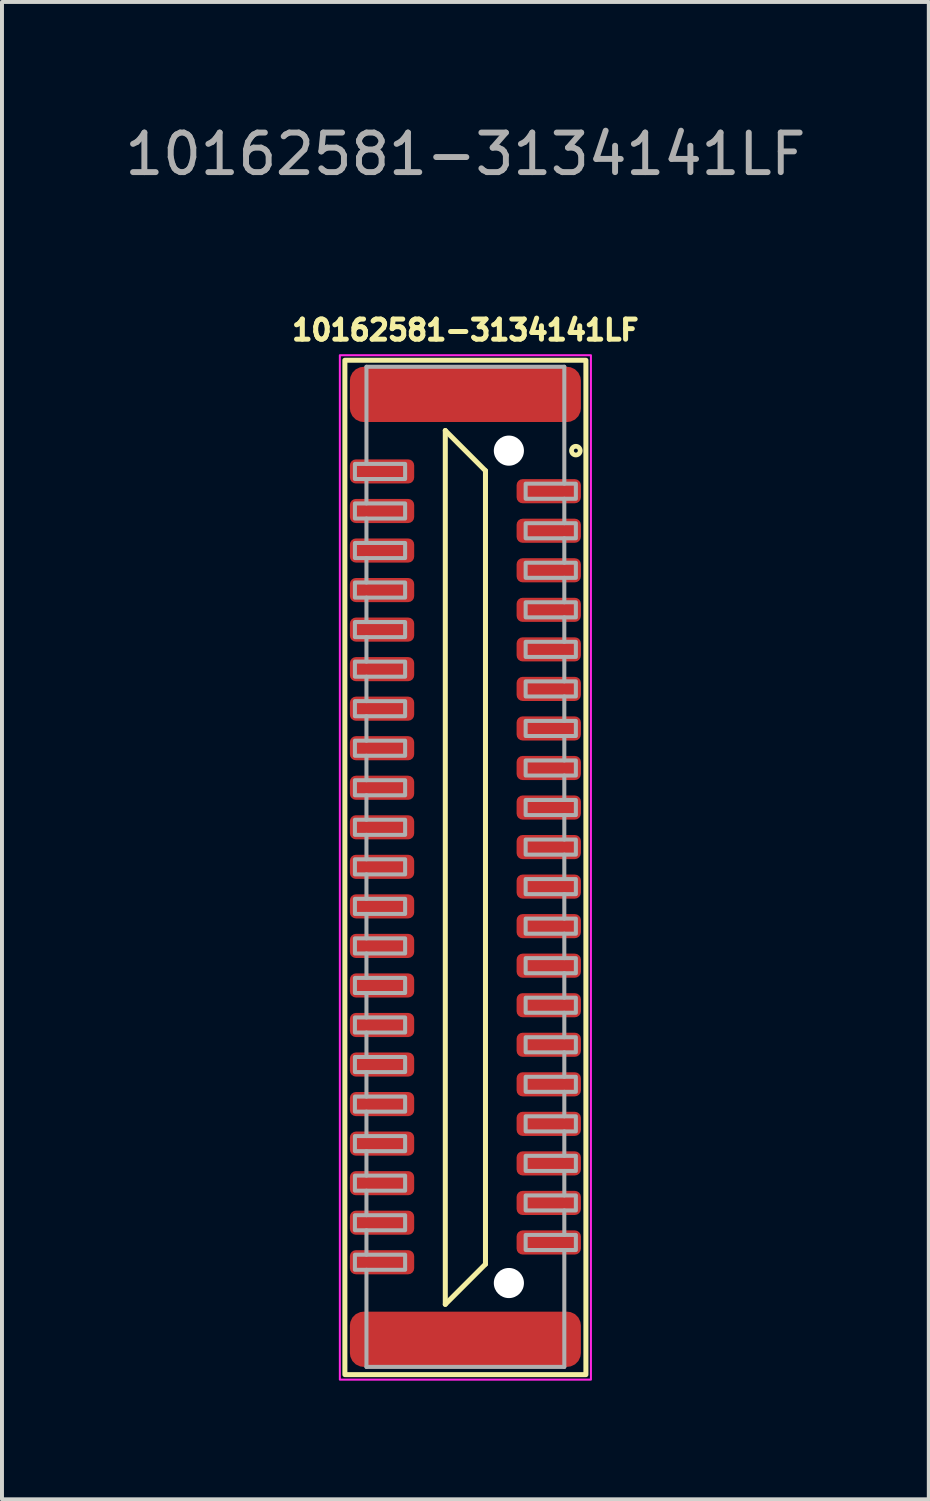
<source format=kicad_pcb>
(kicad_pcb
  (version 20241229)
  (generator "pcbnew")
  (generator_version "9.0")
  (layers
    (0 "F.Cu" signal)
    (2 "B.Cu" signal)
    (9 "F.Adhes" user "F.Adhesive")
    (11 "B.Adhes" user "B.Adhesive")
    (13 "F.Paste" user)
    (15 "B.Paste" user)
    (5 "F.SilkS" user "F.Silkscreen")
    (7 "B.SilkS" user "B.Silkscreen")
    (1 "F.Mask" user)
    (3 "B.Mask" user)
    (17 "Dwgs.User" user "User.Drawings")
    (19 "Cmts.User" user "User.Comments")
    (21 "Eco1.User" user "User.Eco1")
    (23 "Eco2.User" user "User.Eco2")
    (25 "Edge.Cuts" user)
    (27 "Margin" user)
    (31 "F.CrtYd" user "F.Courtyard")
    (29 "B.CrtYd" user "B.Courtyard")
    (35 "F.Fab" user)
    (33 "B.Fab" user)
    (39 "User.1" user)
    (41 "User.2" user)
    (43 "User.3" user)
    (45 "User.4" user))
  (footprint "10162581-3134141LF"
    (layer "F.Cu")
    (at 8.72 25.873)
    (property "Reference" "10162581-3134141LF" (at 0 -20.574 0) (layer "F.SilkS") (effects (font (size 0.508 0.508) (thickness 0.127))))
    (attr smd)
    (fp_line (start -0.508 -18.034) (end -0.508 4.064) (stroke (width 0.127) (type default)) (layer "F.SilkS"))
    (fp_line (start -0.508 4.064) (end 0.508 3.048) (stroke (width 0.127) (type default)) (layer "F.SilkS"))
    (fp_line (start 0.508 -17.018) (end -0.508 -18.034) (stroke (width 0.127) (type default)) (layer "F.SilkS"))
    (fp_line (start 0.508 3.048) (end 0.508 -17.018) (stroke (width 0.127) (type default)) (layer "F.SilkS"))
    (fp_rect (start 3.048 -19.812) (end -3.048 5.842) (stroke (width 0.127) (type default)) (fill no) (layer "F.SilkS"))
    (fp_circle (center 2.794 -17.526) (end 2.744 -17.526) (stroke (width 0.12) (type solid)) (fill no) (layer "F.SilkS"))
    (fp_rect (start 3.175 -19.939) (end -3.175 5.969) (stroke (width 0.051) (type default)) (fill no) (layer "F.CrtYd"))
    (fp_line (start -2.502 -19.647) (end -2.502 -17.191) (stroke (width 0.102) (type default)) (layer "F.Fab"))
    (fp_line (start -2.502 -19.647) (end 2.502 -19.647) (stroke (width 0.102) (type default)) (layer "F.Fab"))
    (fp_line (start -2.502 -16.809) (end -2.502 -16.191) (stroke (width 0.102) (type default)) (layer "F.Fab"))
    (fp_line (start -2.502 -15.809) (end -2.502 -15.191) (stroke (width 0.102) (type default)) (layer "F.Fab"))
    (fp_line (start -2.502 -14.809) (end -2.502 -14.191) (stroke (width 0.102) (type default)) (layer "F.Fab"))
    (fp_line (start -2.502 -13.809) (end -2.502 -13.191) (stroke (width 0.102) (type default)) (layer "F.Fab"))
    (fp_line (start -2.502 -12.809) (end -2.502 -12.191) (stroke (width 0.102) (type default)) (layer "F.Fab"))
    (fp_line (start -2.502 -11.809) (end -2.502 -11.191) (stroke (width 0.102) (type default)) (layer "F.Fab"))
    (fp_line (start -2.502 -10.809) (end -2.502 -10.191) (stroke (width 0.102) (type default)) (layer "F.Fab"))
    (fp_line (start -2.502 -9.809) (end -2.502 -9.191) (stroke (width 0.102) (type default)) (layer "F.Fab"))
    (fp_line (start -2.502 -8.809) (end -2.502 -8.191) (stroke (width 0.102) (type default)) (layer "F.Fab"))
    (fp_line (start -2.502 -7.809) (end -2.502 -7.191) (stroke (width 0.102) (type default)) (layer "F.Fab"))
    (fp_line (start -2.502 -6.809) (end -2.502 -6.191) (stroke (width 0.102) (type default)) (layer "F.Fab"))
    (fp_line (start -2.502 -5.809) (end -2.502 -5.191) (stroke (width 0.102) (type default)) (layer "F.Fab"))
    (fp_line (start -2.502 -4.809) (end -2.502 -4.191) (stroke (width 0.102) (type default)) (layer "F.Fab"))
    (fp_line (start -2.502 -3.809) (end -2.502 -3.191) (stroke (width 0.102) (type default)) (layer "F.Fab"))
    (fp_line (start -2.502 -2.809) (end -2.502 -2.191) (stroke (width 0.102) (type default)) (layer "F.Fab"))
    (fp_line (start -2.502 -1.81) (end -2.502 -1.19) (stroke (width 0.102) (type default)) (layer "F.Fab"))
    (fp_line (start -2.502 -0.809) (end -2.502 -0.191) (stroke (width 0.102) (type default)) (layer "F.Fab"))
    (fp_line (start -2.502 0.191) (end -2.502 0.809) (stroke (width 0.102) (type default)) (layer "F.Fab"))
    (fp_line (start -2.502 1.19) (end -2.502 1.81) (stroke (width 0.102) (type default)) (layer "F.Fab"))
    (fp_line (start -2.502 2.191) (end -2.502 2.809) (stroke (width 0.102) (type default)) (layer "F.Fab"))
    (fp_line (start -2.502 3.191) (end -2.502 5.647) (stroke (width 0.102) (type default)) (layer "F.Fab"))
    (fp_line (start -2.502 5.647) (end 2.502 5.647) (stroke (width 0.102) (type default)) (layer "F.Fab"))
    (fp_line (start 2.502 -19.647) (end 2.502 -16.691) (stroke (width 0.102) (type default)) (layer "F.Fab"))
    (fp_line (start 2.502 -16.309) (end 2.502 -15.691) (stroke (width 0.102) (type default)) (layer "F.Fab"))
    (fp_line (start 2.502 -15.309) (end 2.502 -14.691) (stroke (width 0.102) (type default)) (layer "F.Fab"))
    (fp_line (start 2.502 -14.309) (end 2.502 -13.691) (stroke (width 0.102) (type default)) (layer "F.Fab"))
    (fp_line (start 2.502 -13.309) (end 2.502 -12.691) (stroke (width 0.102) (type default)) (layer "F.Fab"))
    (fp_line (start 2.502 -12.309) (end 2.502 -11.691) (stroke (width 0.102) (type default)) (layer "F.Fab"))
    (fp_line (start 2.502 -11.309) (end 2.502 -10.691) (stroke (width 0.102) (type default)) (layer "F.Fab"))
    (fp_line (start 2.502 -10.309) (end 2.502 -9.691) (stroke (width 0.102) (type default)) (layer "F.Fab"))
    (fp_line (start 2.502 -9.309) (end 2.502 -8.691) (stroke (width 0.102) (type default)) (layer "F.Fab"))
    (fp_line (start 2.502 -8.309) (end 2.502 -7.691) (stroke (width 0.102) (type default)) (layer "F.Fab"))
    (fp_line (start 2.502 -7.309) (end 2.502 -6.691) (stroke (width 0.102) (type default)) (layer "F.Fab"))
    (fp_line (start 2.502 -6.309) (end 2.502 -5.691) (stroke (width 0.102) (type default)) (layer "F.Fab"))
    (fp_line (start 2.502 -5.309) (end 2.502 -4.691) (stroke (width 0.102) (type default)) (layer "F.Fab"))
    (fp_line (start 2.502 -4.309) (end 2.502 -3.691) (stroke (width 0.102) (type default)) (layer "F.Fab"))
    (fp_line (start 2.502 -3.309) (end 2.502 -2.691) (stroke (width 0.102) (type default)) (layer "F.Fab"))
    (fp_line (start 2.502 -2.309) (end 2.502 -1.69) (stroke (width 0.102) (type default)) (layer "F.Fab"))
    (fp_line (start 2.502 -1.31) (end 2.502 -0.691) (stroke (width 0.102) (type default)) (layer "F.Fab"))
    (fp_line (start 2.502 -0.309) (end 2.502 0.309) (stroke (width 0.102) (type default)) (layer "F.Fab"))
    (fp_line (start 2.502 0.691) (end 2.502 1.31) (stroke (width 0.102) (type default)) (layer "F.Fab"))
    (fp_line (start 2.502 1.69) (end 2.502 2.309) (stroke (width 0.102) (type default)) (layer "F.Fab"))
    (fp_line (start 2.502 2.691) (end 2.502 5.647) (stroke (width 0.102) (type default)) (layer "F.Fab"))
    (fp_rect (start -1.524 -17.191) (end -2.794 -16.809) (stroke (width 0.102) (type default)) (fill no) (layer "F.Fab"))
    (fp_rect (start -1.524 -16.191) (end -2.794 -15.809) (stroke (width 0.102) (type default)) (fill no) (layer "F.Fab"))
    (fp_rect (start -1.524 -15.191) (end -2.794 -14.809) (stroke (width 0.102) (type default)) (fill no) (layer "F.Fab"))
    (fp_rect (start -1.524 -14.191) (end -2.794 -13.809) (stroke (width 0.102) (type default)) (fill no) (layer "F.Fab"))
    (fp_rect (start -1.524 -13.191) (end -2.794 -12.809) (stroke (width 0.102) (type default)) (fill no) (layer "F.Fab"))
    (fp_rect (start -1.524 -12.191) (end -2.794 -11.809) (stroke (width 0.102) (type default)) (fill no) (layer "F.Fab"))
    (fp_rect (start -1.524 -11.191) (end -2.794 -10.809) (stroke (width 0.102) (type default)) (fill no) (layer "F.Fab"))
    (fp_rect (start -1.524 -10.191) (end -2.794 -9.809) (stroke (width 0.102) (type default)) (fill no) (layer "F.Fab"))
    (fp_rect (start -1.524 -9.191) (end -2.794 -8.809) (stroke (width 0.102) (type default)) (fill no) (layer "F.Fab"))
    (fp_rect (start -1.524 -8.191) (end -2.794 -7.809) (stroke (width 0.102) (type default)) (fill no) (layer "F.Fab"))
    (fp_rect (start -1.524 -7.191) (end -2.794 -6.809) (stroke (width 0.102) (type default)) (fill no) (layer "F.Fab"))
    (fp_rect (start -1.524 -6.191) (end -2.794 -5.809) (stroke (width 0.102) (type default)) (fill no) (layer "F.Fab"))
    (fp_rect (start -1.524 -5.191) (end -2.794 -4.809) (stroke (width 0.102) (type default)) (fill no) (layer "F.Fab"))
    (fp_rect (start -1.524 -4.191) (end -2.794 -3.809) (stroke (width 0.102) (type default)) (fill no) (layer "F.Fab"))
    (fp_rect (start -1.524 -3.191) (end -2.794 -2.809) (stroke (width 0.102) (type default)) (fill no) (layer "F.Fab"))
    (fp_rect (start -1.524 -2.191) (end -2.794 -1.81) (stroke (width 0.102) (type default)) (fill no) (layer "F.Fab"))
    (fp_rect (start -1.524 -1.19) (end -2.794 -0.809) (stroke (width 0.102) (type default)) (fill no) (layer "F.Fab"))
    (fp_rect (start -1.524 -0.191) (end -2.794 0.191) (stroke (width 0.102) (type default)) (fill no) (layer "F.Fab"))
    (fp_rect (start -1.524 0.809) (end -2.794 1.19) (stroke (width 0.102) (type default)) (fill no) (layer "F.Fab"))
    (fp_rect (start -1.524 1.81) (end -2.794 2.191) (stroke (width 0.102) (type default)) (fill no) (layer "F.Fab"))
    (fp_rect (start -1.524 2.809) (end -2.794 3.191) (stroke (width 0.102) (type default)) (fill no) (layer "F.Fab"))
    (fp_rect (start 2.794 -16.691) (end 1.524 -16.309) (stroke (width 0.102) (type default)) (fill no) (layer "F.Fab"))
    (fp_rect (start 2.794 -15.691) (end 1.524 -15.309) (stroke (width 0.102) (type default)) (fill no) (layer "F.Fab"))
    (fp_rect (start 2.794 -14.691) (end 1.524 -14.309) (stroke (width 0.102) (type default)) (fill no) (layer "F.Fab"))
    (fp_rect (start 2.794 -13.691) (end 1.524 -13.309) (stroke (width 0.102) (type default)) (fill no) (layer "F.Fab"))
    (fp_rect (start 2.794 -12.691) (end 1.524 -12.309) (stroke (width 0.102) (type default)) (fill no) (layer "F.Fab"))
    (fp_rect (start 2.794 -11.691) (end 1.524 -11.309) (stroke (width 0.102) (type default)) (fill no) (layer "F.Fab"))
    (fp_rect (start 2.794 -10.691) (end 1.524 -10.309) (stroke (width 0.102) (type default)) (fill no) (layer "F.Fab"))
    (fp_rect (start 2.794 -9.691) (end 1.524 -9.309) (stroke (width 0.102) (type default)) (fill no) (layer "F.Fab"))
    (fp_rect (start 2.794 -8.691) (end 1.524 -8.309) (stroke (width 0.102) (type default)) (fill no) (layer "F.Fab"))
    (fp_rect (start 2.794 -7.691) (end 1.524 -7.309) (stroke (width 0.102) (type default)) (fill no) (layer "F.Fab"))
    (fp_rect (start 2.794 -6.691) (end 1.524 -6.309) (stroke (width 0.102) (type default)) (fill no) (layer "F.Fab"))
    (fp_rect (start 2.794 -5.691) (end 1.524 -5.309) (stroke (width 0.102) (type default)) (fill no) (layer "F.Fab"))
    (fp_rect (start 2.794 -4.691) (end 1.524 -4.309) (stroke (width 0.102) (type default)) (fill no) (layer "F.Fab"))
    (fp_rect (start 2.794 -3.691) (end 1.524 -3.309) (stroke (width 0.102) (type default)) (fill no) (layer "F.Fab"))
    (fp_rect (start 2.794 -2.691) (end 1.524 -2.309) (stroke (width 0.102) (type default)) (fill no) (layer "F.Fab"))
    (fp_rect (start 2.794 -1.69) (end 1.524 -1.31) (stroke (width 0.102) (type default)) (fill no) (layer "F.Fab"))
    (fp_rect (start 2.794 -0.691) (end 1.524 -0.309) (stroke (width 0.102) (type default)) (fill no) (layer "F.Fab"))
    (fp_rect (start 2.794 0.309) (end 1.524 0.691) (stroke (width 0.102) (type default)) (fill no) (layer "F.Fab"))
    (fp_rect (start 2.794 1.31) (end 1.524 1.69) (stroke (width 0.102) (type default)) (fill no) (layer "F.Fab"))
    (fp_rect (start 2.794 2.309) (end 1.524 2.691) (stroke (width 0.102) (type default)) (fill no) (layer "F.Fab"))
    (fp_text user "${REFERENCE}" (at 0 -25.025 180) (layer "F.Fab") (effects (font (size 1 1) (thickness 0.15))))
    (pad "" np_thru_hole circle (at 1.1 -17.526) (size 0.762 0.762) (drill 0.762) (layers "*.Cu" "*.Mask"))
    (pad "" np_thru_hole circle (at 1.1 3.526) (size 0.762 0.762) (drill 0.762) (layers "*.Cu" "*.Mask"))
    (pad "1" smd roundrect (at 2.108 -16.5) (size 1.626 0.61) (layers "F.Cu" "F.Mask" "F.Paste") (roundrect_rratio 0.25))
    (pad "2" smd roundrect (at 2.108 -15.5) (size 1.626 0.61) (layers "F.Cu" "F.Mask" "F.Paste") (roundrect_rratio 0.25))
    (pad "3" smd roundrect (at 2.108 -14.5) (size 1.626 0.61) (layers "F.Cu" "F.Mask" "F.Paste") (roundrect_rratio 0.25))
    (pad "4" smd roundrect (at 2.108 -13.5) (size 1.626 0.61) (layers "F.Cu" "F.Mask" "F.Paste") (roundrect_rratio 0.25))
    (pad "5" smd roundrect (at 2.108 -12.5) (size 1.626 0.61) (layers "F.Cu" "F.Mask" "F.Paste") (roundrect_rratio 0.25))
    (pad "6" smd roundrect (at 2.108 -11.5) (size 1.626 0.61) (layers "F.Cu" "F.Mask" "F.Paste") (roundrect_rratio 0.25))
    (pad "7" smd roundrect (at 2.108 -10.5) (size 1.626 0.61) (layers "F.Cu" "F.Mask" "F.Paste") (roundrect_rratio 0.25))
    (pad "8" smd roundrect (at 2.108 -9.5) (size 1.626 0.61) (layers "F.Cu" "F.Mask" "F.Paste") (roundrect_rratio 0.25))
    (pad "9" smd roundrect (at 2.108 -8.5) (size 1.626 0.61) (layers "F.Cu" "F.Mask" "F.Paste") (roundrect_rratio 0.25))
    (pad "10" smd roundrect (at 2.108 -7.5) (size 1.626 0.61) (layers "F.Cu" "F.Mask" "F.Paste") (roundrect_rratio 0.25))
    (pad "11" smd roundrect (at 2.108 -6.5) (size 1.626 0.61) (layers "F.Cu" "F.Mask" "F.Paste") (roundrect_rratio 0.25))
    (pad "12" smd roundrect (at 2.108 -5.5) (size 1.626 0.61) (layers "F.Cu" "F.Mask" "F.Paste") (roundrect_rratio 0.25))
    (pad "13" smd roundrect (at 2.108 -4.5) (size 1.626 0.61) (layers "F.Cu" "F.Mask" "F.Paste") (roundrect_rratio 0.25))
    (pad "14" smd roundrect (at 2.108 -3.5) (size 1.626 0.61) (layers "F.Cu" "F.Mask" "F.Paste") (roundrect_rratio 0.25))
    (pad "15" smd roundrect (at 2.108 -2.5) (size 1.626 0.61) (layers "F.Cu" "F.Mask" "F.Paste") (roundrect_rratio 0.25))
    (pad "16" smd roundrect (at 2.108 -1.5) (size 1.626 0.61) (layers "F.Cu" "F.Mask" "F.Paste") (roundrect_rratio 0.25))
    (pad "17" smd roundrect (at 2.108 -0.5) (size 1.626 0.61) (layers "F.Cu" "F.Mask" "F.Paste") (roundrect_rratio 0.25))
    (pad "18" smd roundrect (at 2.108 0.5) (size 1.626 0.61) (layers "F.Cu" "F.Mask" "F.Paste") (roundrect_rratio 0.25))
    (pad "19" smd roundrect (at 2.108 1.5) (size 1.626 0.61) (layers "F.Cu" "F.Mask" "F.Paste") (roundrect_rratio 0.25))
    (pad "20" smd roundrect (at 2.108 2.5) (size 1.626 0.61) (layers "F.Cu" "F.Mask" "F.Paste") (roundrect_rratio 0.25))
    (pad "21" smd roundrect (at -2.108 3) (size 1.626 0.61) (layers "F.Cu" "F.Mask" "F.Paste") (roundrect_rratio 0.25))
    (pad "22" smd roundrect (at -2.108 2) (size 1.626 0.61) (layers "F.Cu" "F.Mask" "F.Paste") (roundrect_rratio 0.25))
    (pad "23" smd roundrect (at -2.108 1) (size 1.626 0.61) (layers "F.Cu" "F.Mask" "F.Paste") (roundrect_rratio 0.25))
    (pad "24" smd roundrect (at -2.108 0) (size 1.626 0.61) (layers "F.Cu" "F.Mask" "F.Paste") (roundrect_rratio 0.25))
    (pad "25" smd roundrect (at -2.108 -1) (size 1.626 0.61) (layers "F.Cu" "F.Mask" "F.Paste") (roundrect_rratio 0.25))
    (pad "26" smd roundrect (at -2.108 -2) (size 1.626 0.61) (layers "F.Cu" "F.Mask" "F.Paste") (roundrect_rratio 0.25))
    (pad "27" smd roundrect (at -2.108 -3) (size 1.626 0.61) (layers "F.Cu" "F.Mask" "F.Paste") (roundrect_rratio 0.25))
    (pad "28" smd roundrect (at -2.108 -4) (size 1.626 0.61) (layers "F.Cu" "F.Mask" "F.Paste") (roundrect_rratio 0.25))
    (pad "29" smd roundrect (at -2.108 -5) (size 1.626 0.61) (layers "F.Cu" "F.Mask" "F.Paste") (roundrect_rratio 0.25))
    (pad "30" smd roundrect (at -2.108 -6) (size 1.626 0.61) (layers "F.Cu" "F.Mask" "F.Paste") (roundrect_rratio 0.25))
    (pad "31" smd roundrect (at -2.108 -7) (size 1.626 0.61) (layers "F.Cu" "F.Mask" "F.Paste") (roundrect_rratio 0.25))
    (pad "32" smd roundrect (at -2.108 -8) (size 1.626 0.61) (layers "F.Cu" "F.Mask" "F.Paste") (roundrect_rratio 0.25))
    (pad "33" smd roundrect (at -2.108 -9) (size 1.626 0.61) (layers "F.Cu" "F.Mask" "F.Paste") (roundrect_rratio 0.25))
    (pad "34" smd roundrect (at -2.108 -10) (size 1.626 0.61) (layers "F.Cu" "F.Mask" "F.Paste") (roundrect_rratio 0.25))
    (pad "35" smd roundrect (at -2.108 -11) (size 1.626 0.61) (layers "F.Cu" "F.Mask" "F.Paste") (roundrect_rratio 0.25))
    (pad "36" smd roundrect (at -2.108 -12) (size 1.626 0.61) (layers "F.Cu" "F.Mask" "F.Paste") (roundrect_rratio 0.25))
    (pad "37" smd roundrect (at -2.108 -13) (size 1.626 0.61) (layers "F.Cu" "F.Mask" "F.Paste") (roundrect_rratio 0.25))
    (pad "38" smd roundrect (at -2.108 -14) (size 1.626 0.61) (layers "F.Cu" "F.Mask" "F.Paste") (roundrect_rratio 0.25))
    (pad "39" smd roundrect (at -2.108 -15) (size 1.626 0.61) (layers "F.Cu" "F.Mask" "F.Paste") (roundrect_rratio 0.25))
    (pad "40" smd roundrect (at -2.108 -16) (size 1.626 0.61) (layers "F.Cu" "F.Mask" "F.Paste") (roundrect_rratio 0.25))
    (pad "41" smd roundrect (at -2.108 -17) (size 1.626 0.61) (layers "F.Cu" "F.Mask" "F.Paste") (roundrect_rratio 0.25))
    (pad "MP" smd roundrect (at 0 -18.948) (size 5.842 1.397) (layers "F.Cu" "F.Mask" "F.Paste") (roundrect_rratio 0.25))
    (pad "MP" smd roundrect (at 0 4.948) (size 5.842 1.397) (layers "F.Cu" "F.Mask" "F.Paste") (roundrect_rratio 0.25)))
  (gr_rect
    (start -3 -3)
    (end 20.44 34.868)
    (stroke (width 0.1) (type default))
    (fill no)
    (layer "Edge.Cuts")))
</source>
